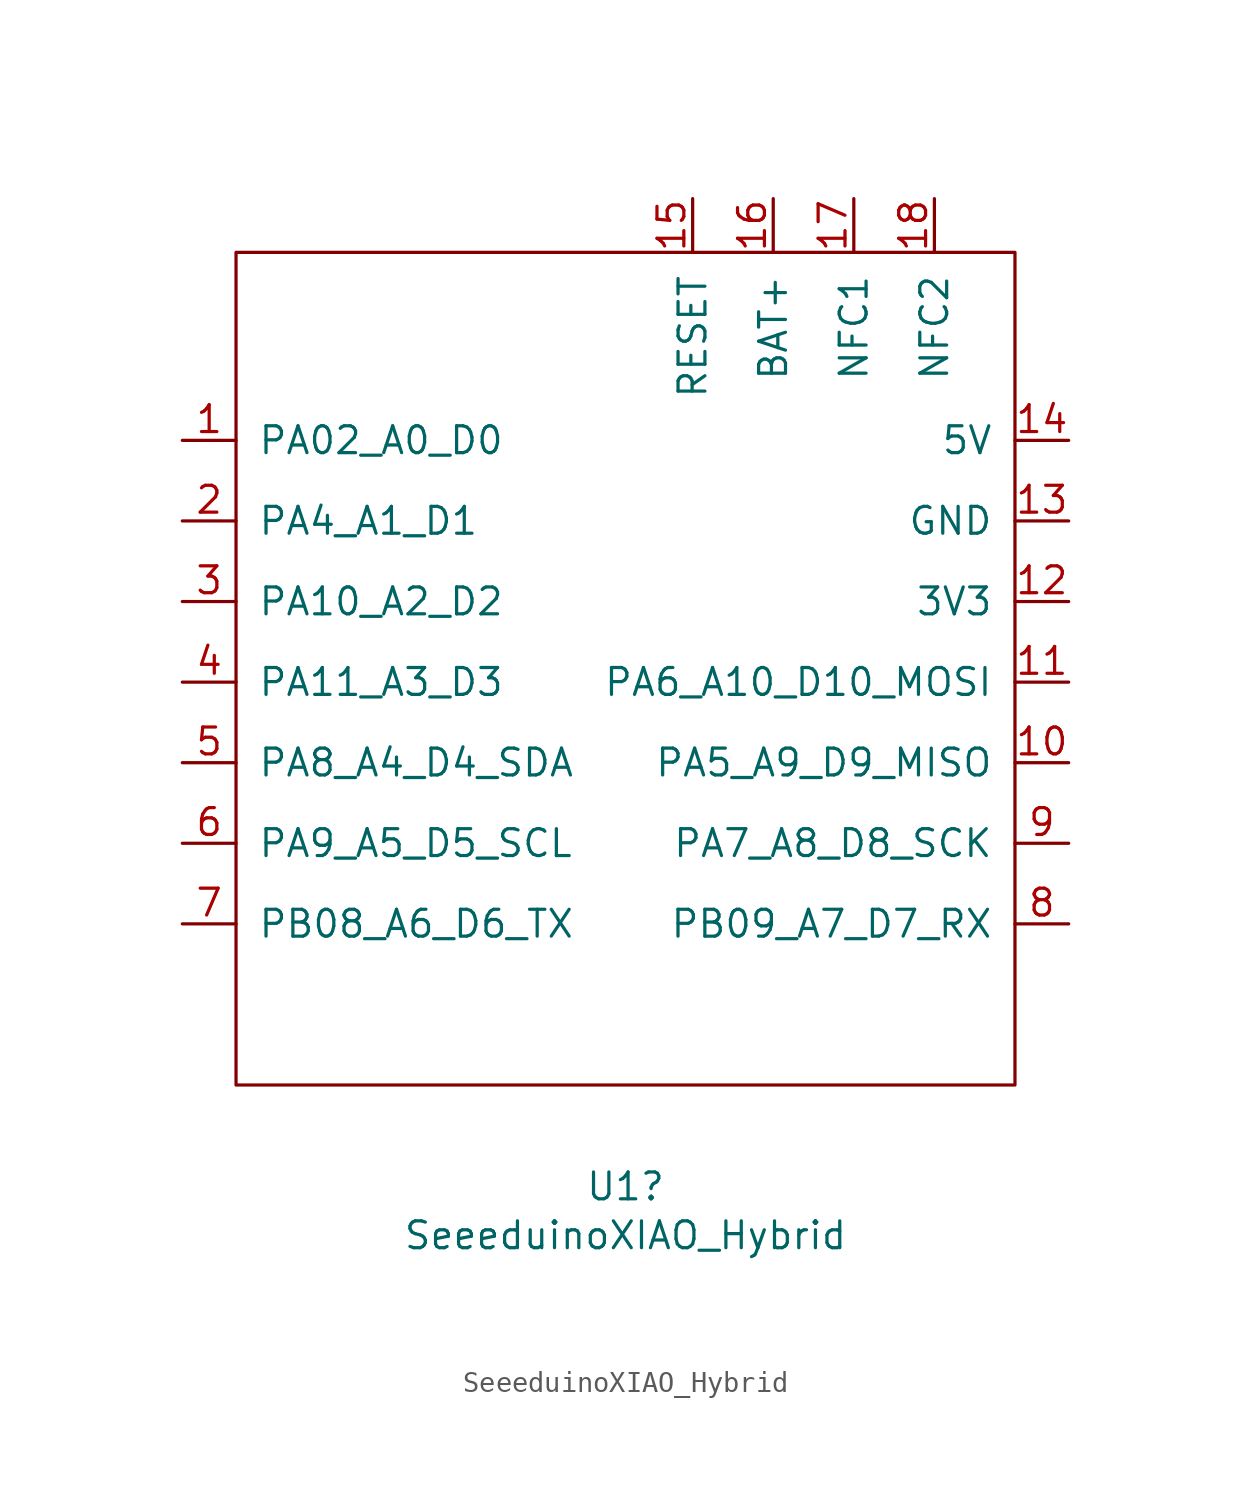
<source format=kicad_sym>
(kicad_symbol_lib
  (version 20231120)
  (generator "kicad_symbol_editor")
  (generator_version "8.0")
  (symbol "SeeeduinoXIAO_Hybrid"
    (pin_names
      (offset 1.016))
    (property "Reference" "U1"
      (at -0.635 -23.851 0)
      (effects (font (size 1.27 1.27))))
    (property "Value" "SeeeduinoXIAO_Hybrid"
      (at -0.635 -26.162 0)
      (effects (font (size 1.27 1.27))))
    (symbol "SeeeduinoXIAO_Hybrid_0_1"
      (rectangle (start -19.05 20.32) (end 17.78 -19.05) (stroke (width 0) (type default)) (fill (type none))))
    (symbol "SeeeduinoXIAO_Hybrid_1_1"
      (pin bidirectional line (at -21.59 11.43 0) (length 2.54) (name "PA02_A0_D0" (effects (font (size 1.27 1.27)))) (number "1" (effects (font (size 1.27 1.27)))))
      (pin bidirectional line (at 20.32 -3.81 180) (length 2.54) (name "PA5_A9_D9_MISO" (effects (font (size 1.27 1.27)))) (number "10" (effects (font (size 1.27 1.27)))))
      (pin bidirectional line (at 20.32 0 180) (length 2.54) (name "PA6_A10_D10_MOSI" (effects (font (size 1.27 1.27)))) (number "11" (effects (font (size 1.27 1.27)))))
      (pin power_out line (at 20.32 3.81 180) (length 2.54) (name "3V3" (effects (font (size 1.27 1.27)))) (number "12" (effects (font (size 1.27 1.27)))))
      (pin power_out line (at 20.32 7.62 180) (length 2.54) (name "GND" (effects (font (size 1.27 1.27)))) (number "13" (effects (font (size 1.27 1.27)))))
      (pin power_out line (at 20.32 11.43 180) (length 2.54) (name "5V" (effects (font (size 1.27 1.27)))) (number "14" (effects (font (size 1.27 1.27)))))
      (pin input line (at 2.54 22.86 270) (length 2.54) (name "RESET" (effects (font (size 1.27 1.27)))) (number "15" (effects (font (size 1.27 1.27)))))
      (pin power_in line (at 6.35 22.86 270) (length 2.54) (name "BAT+" (effects (font (size 1.27 1.27)))) (number "16" (effects (font (size 1.27 1.27)))))
      (pin bidirectional line (at 10.16 22.86 270) (length 2.54) (name "NFC1" (effects (font (size 1.27 1.27)))) (number "17" (effects (font (size 1.27 1.27)))))
      (pin bidirectional line (at 13.97 22.86 270) (length 2.54) (name "NFC2" (effects (font (size 1.27 1.27)))) (number "18" (effects (font (size 1.27 1.27)))))
      (pin bidirectional line (at -21.59 7.62 0) (length 2.54) (name "PA4_A1_D1" (effects (font (size 1.27 1.27)))) (number "2" (effects (font (size 1.27 1.27)))))
      (pin bidirectional line (at -21.59 3.81 0) (length 2.54) (name "PA10_A2_D2" (effects (font (size 1.27 1.27)))) (number "3" (effects (font (size 1.27 1.27)))))
      (pin unspecified line (at -21.59 0 0) (length 2.54) (name "PA11_A3_D3" (effects (font (size 1.27 1.27)))) (number "4" (effects (font (size 1.27 1.27)))))
      (pin bidirectional line (at -21.59 -3.81 0) (length 2.54) (name "PA8_A4_D4_SDA" (effects (font (size 1.27 1.27)))) (number "5" (effects (font (size 1.27 1.27)))))
      (pin bidirectional line (at -21.59 -7.62 0) (length 2.54) (name "PA9_A5_D5_SCL" (effects (font (size 1.27 1.27)))) (number "6" (effects (font (size 1.27 1.27)))))
      (pin bidirectional line (at -21.59 -11.43 0) (length 2.54) (name "PB08_A6_D6_TX" (effects (font (size 1.27 1.27)))) (number "7" (effects (font (size 1.27 1.27)))))
      (pin bidirectional line (at 20.32 -11.43 180) (length 2.54) (name "PB09_A7_D7_RX" (effects (font (size 1.27 1.27)))) (number "8" (effects (font (size 1.27 1.27)))))
      (pin bidirectional line (at 20.32 -7.62 180) (length 2.54) (name "PA7_A8_D8_SCK" (effects (font (size 1.27 1.27)))) (number "9" (effects (font (size 1.27 1.27))))))))
</source>
